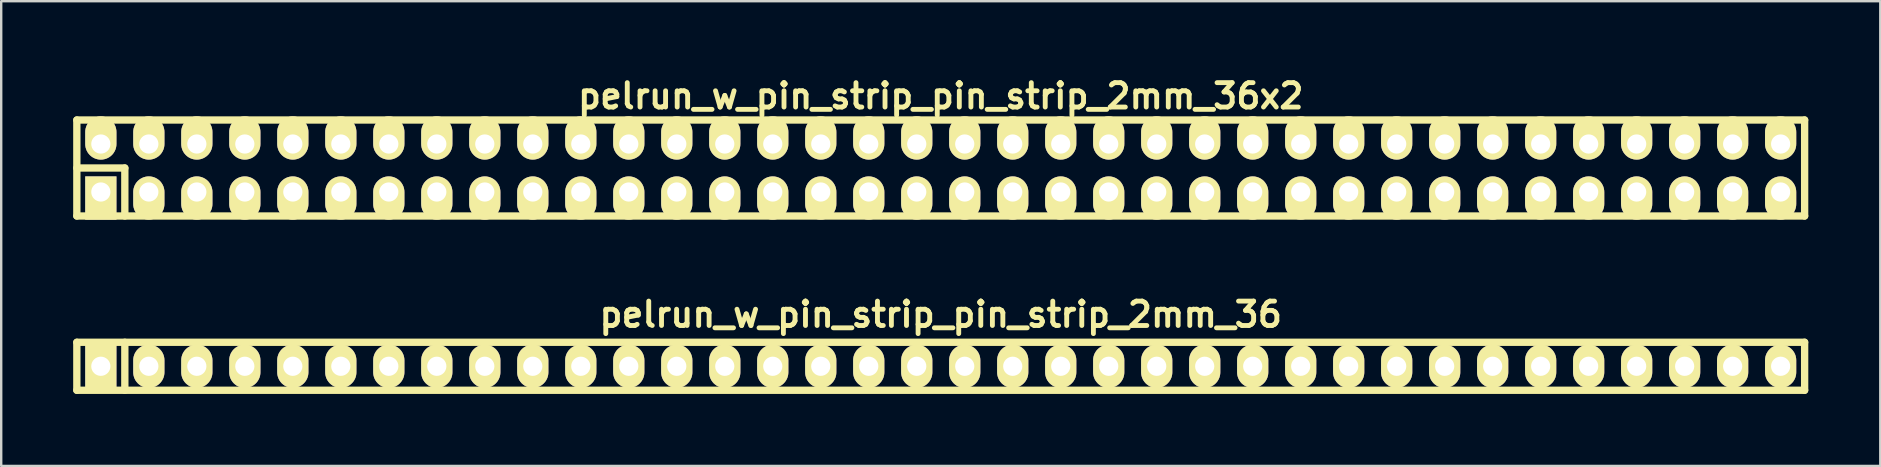
<source format=kicad_pcb>
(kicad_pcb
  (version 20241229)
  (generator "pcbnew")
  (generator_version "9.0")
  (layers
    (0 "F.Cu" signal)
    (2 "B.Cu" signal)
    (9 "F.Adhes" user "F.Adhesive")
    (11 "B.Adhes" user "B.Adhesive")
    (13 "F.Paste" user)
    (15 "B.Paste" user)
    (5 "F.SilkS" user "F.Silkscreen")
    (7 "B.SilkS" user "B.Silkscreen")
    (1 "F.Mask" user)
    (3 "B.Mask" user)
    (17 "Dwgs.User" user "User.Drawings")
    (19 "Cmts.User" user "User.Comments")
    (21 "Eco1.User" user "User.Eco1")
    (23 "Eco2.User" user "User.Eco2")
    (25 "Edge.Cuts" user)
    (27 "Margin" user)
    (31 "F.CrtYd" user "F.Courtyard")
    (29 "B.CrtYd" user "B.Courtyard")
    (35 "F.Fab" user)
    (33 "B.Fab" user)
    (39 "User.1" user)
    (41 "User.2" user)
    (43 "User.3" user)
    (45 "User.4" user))
  (footprint "pelrun_w_pin_strip_pin_strip_2mm_36"
    (layer "F.Cu")
    (at 36.152 12.213)
    (property "Reference" "pelrun_w_pin_strip_pin_strip_2mm_36" (at 0 -2.159 0) (layer "F.SilkS") (effects (font (size 1.016 1.016) (thickness 0.203))))
    (attr through_hole)
    (fp_line (start -36 -1) (end 36 -1) (stroke (width 0.305) (type solid)) (layer "F.SilkS"))
    (fp_line (start -36 1) (end -36 -1) (stroke (width 0.305) (type solid)) (layer "F.SilkS"))
    (fp_line (start -34 -1) (end -34 1) (stroke (width 0.305) (type solid)) (layer "F.SilkS"))
    (fp_line (start 36 -1) (end 36 1) (stroke (width 0.305) (type solid)) (layer "F.SilkS"))
    (fp_line (start 36 1) (end -36 1) (stroke (width 0.305) (type solid)) (layer "F.SilkS"))
    (pad "1" thru_hole rect (at -35 0) (size 1.3 1.8) (drill 0.8) (layers "*.Cu" "*.Mask" "F.SilkS"))
    (pad "2" thru_hole oval (at -33 0) (size 1.3 1.8) (drill 0.8) (layers "*.Cu" "*.Mask" "F.SilkS"))
    (pad "3" thru_hole oval (at -31 0) (size 1.3 1.8) (drill 0.8) (layers "*.Cu" "*.Mask" "F.SilkS"))
    (pad "4" thru_hole oval (at -29 0) (size 1.3 1.8) (drill 0.8) (layers "*.Cu" "*.Mask" "F.SilkS"))
    (pad "5" thru_hole oval (at -27 0) (size 1.3 1.8) (drill 0.8) (layers "*.Cu" "*.Mask" "F.SilkS"))
    (pad "6" thru_hole oval (at -25 0) (size 1.3 1.8) (drill 0.8) (layers "*.Cu" "*.Mask" "F.SilkS"))
    (pad "7" thru_hole oval (at -23 0) (size 1.3 1.8) (drill 0.8) (layers "*.Cu" "*.Mask" "F.SilkS"))
    (pad "8" thru_hole oval (at -21 0) (size 1.3 1.8) (drill 0.8) (layers "*.Cu" "*.Mask" "F.SilkS"))
    (pad "9" thru_hole oval (at -19 0) (size 1.3 1.8) (drill 0.8) (layers "*.Cu" "*.Mask" "F.SilkS"))
    (pad "10" thru_hole oval (at -17 0) (size 1.3 1.8) (drill 0.8) (layers "*.Cu" "*.Mask" "F.SilkS"))
    (pad "11" thru_hole oval (at -15 0) (size 1.3 1.8) (drill 0.8) (layers "*.Cu" "*.Mask" "F.SilkS"))
    (pad "12" thru_hole oval (at -13 0) (size 1.3 1.8) (drill 0.8) (layers "*.Cu" "*.Mask" "F.SilkS"))
    (pad "13" thru_hole oval (at -11 0) (size 1.3 1.8) (drill 0.8) (layers "*.Cu" "*.Mask" "F.SilkS"))
    (pad "14" thru_hole oval (at -9 0) (size 1.3 1.8) (drill 0.8) (layers "*.Cu" "*.Mask" "F.SilkS"))
    (pad "15" thru_hole oval (at -7 0) (size 1.3 1.8) (drill 0.8) (layers "*.Cu" "*.Mask" "F.SilkS"))
    (pad "16" thru_hole oval (at -5 0) (size 1.3 1.8) (drill 0.8) (layers "*.Cu" "*.Mask" "F.SilkS"))
    (pad "17" thru_hole oval (at -3 0) (size 1.3 1.8) (drill 0.8) (layers "*.Cu" "*.Mask" "F.SilkS"))
    (pad "18" thru_hole oval (at -1 0) (size 1.3 1.8) (drill 0.8) (layers "*.Cu" "*.Mask" "F.SilkS"))
    (pad "19" thru_hole oval (at 1 0) (size 1.3 1.8) (drill 0.8) (layers "*.Cu" "*.Mask" "F.SilkS"))
    (pad "20" thru_hole oval (at 3 0) (size 1.3 1.8) (drill 0.8) (layers "*.Cu" "*.Mask" "F.SilkS"))
    (pad "21" thru_hole oval (at 5 0) (size 1.3 1.8) (drill 0.8) (layers "*.Cu" "*.Mask" "F.SilkS"))
    (pad "22" thru_hole oval (at 7 0) (size 1.3 1.8) (drill 0.8) (layers "*.Cu" "*.Mask" "F.SilkS"))
    (pad "23" thru_hole oval (at 9 0) (size 1.3 1.8) (drill 0.8) (layers "*.Cu" "*.Mask" "F.SilkS"))
    (pad "24" thru_hole oval (at 11 0) (size 1.3 1.8) (drill 0.8) (layers "*.Cu" "*.Mask" "F.SilkS"))
    (pad "25" thru_hole oval (at 13 0) (size 1.3 1.8) (drill 0.8) (layers "*.Cu" "*.Mask" "F.SilkS"))
    (pad "26" thru_hole oval (at 15 0) (size 1.3 1.8) (drill 0.8) (layers "*.Cu" "*.Mask" "F.SilkS"))
    (pad "27" thru_hole oval (at 17 0) (size 1.3 1.8) (drill 0.8) (layers "*.Cu" "*.Mask" "F.SilkS"))
    (pad "28" thru_hole oval (at 19 0) (size 1.3 1.8) (drill 0.8) (layers "*.Cu" "*.Mask" "F.SilkS"))
    (pad "29" thru_hole oval (at 21 0) (size 1.3 1.8) (drill 0.8) (layers "*.Cu" "*.Mask" "F.SilkS"))
    (pad "30" thru_hole oval (at 23 0) (size 1.3 1.8) (drill 0.8) (layers "*.Cu" "*.Mask" "F.SilkS"))
    (pad "31" thru_hole oval (at 25 0) (size 1.3 1.8) (drill 0.8) (layers "*.Cu" "*.Mask" "F.SilkS"))
    (pad "32" thru_hole oval (at 27 0) (size 1.3 1.8) (drill 0.8) (layers "*.Cu" "*.Mask" "F.SilkS"))
    (pad "33" thru_hole oval (at 29 0) (size 1.3 1.8) (drill 0.8) (layers "*.Cu" "*.Mask" "F.SilkS"))
    (pad "34" thru_hole oval (at 31 0) (size 1.3 1.8) (drill 0.8) (layers "*.Cu" "*.Mask" "F.SilkS"))
    (pad "35" thru_hole oval (at 33 0) (size 1.3 1.8) (drill 0.8) (layers "*.Cu" "*.Mask" "F.SilkS"))
    (pad "36" thru_hole oval (at 35 0) (size 1.3 1.8) (drill 0.8) (layers "*.Cu" "*.Mask" "F.SilkS")))
  (footprint "pelrun_w_pin_strip_pin_strip_2mm_36x2"
    (layer "F.Cu")
    (at 36.152 3.951)
    (property "Reference" "pelrun_w_pin_strip_pin_strip_2mm_36x2" (at 0 -3 0) (layer "F.SilkS") (effects (font (size 1.016 1.016) (thickness 0.203))))
    (attr through_hole)
    (fp_line (start -36 -2) (end 36 -2) (stroke (width 0.305) (type solid)) (layer "F.SilkS"))
    (fp_line (start -36 0) (end -34 0) (stroke (width 0.305) (type solid)) (layer "F.SilkS"))
    (fp_line (start -36 2) (end -36 -2) (stroke (width 0.305) (type solid)) (layer "F.SilkS"))
    (fp_line (start -34 0) (end -34 2) (stroke (width 0.305) (type solid)) (layer "F.SilkS"))
    (fp_line (start 36 -2) (end 36 2) (stroke (width 0.305) (type solid)) (layer "F.SilkS"))
    (fp_line (start 36 2) (end -36 2) (stroke (width 0.305) (type solid)) (layer "F.SilkS"))
    (pad "1" thru_hole rect (at -35 1) (size 1.3 1.8) (drill 0.8 (offset 0 0.25)) (layers "*.Cu" "*.Mask" "F.SilkS"))
    (pad "2" thru_hole oval (at -35 -1) (size 1.3 1.8) (drill 0.8 (offset 0 -0.25)) (layers "*.Cu" "*.Mask" "F.SilkS"))
    (pad "3" thru_hole oval (at -33 1) (size 1.3 1.8) (drill 0.8 (offset 0 0.25)) (layers "*.Cu" "*.Mask" "F.SilkS"))
    (pad "4" thru_hole oval (at -33 -1) (size 1.3 1.8) (drill 0.8 (offset 0 -0.25)) (layers "*.Cu" "*.Mask" "F.SilkS"))
    (pad "5" thru_hole oval (at -31 1) (size 1.3 1.8) (drill 0.8 (offset 0 0.25)) (layers "*.Cu" "*.Mask" "F.SilkS"))
    (pad "6" thru_hole oval (at -31 -1) (size 1.3 1.8) (drill 0.8 (offset 0 -0.25)) (layers "*.Cu" "*.Mask" "F.SilkS"))
    (pad "7" thru_hole oval (at -29 1) (size 1.3 1.8) (drill 0.8 (offset 0 0.25)) (layers "*.Cu" "*.Mask" "F.SilkS"))
    (pad "8" thru_hole oval (at -29 -1) (size 1.3 1.8) (drill 0.8 (offset 0 -0.25)) (layers "*.Cu" "*.Mask" "F.SilkS"))
    (pad "9" thru_hole oval (at -27 1) (size 1.3 1.8) (drill 0.8 (offset 0 0.25)) (layers "*.Cu" "*.Mask" "F.SilkS"))
    (pad "10" thru_hole oval (at -27 -1) (size 1.3 1.8) (drill 0.8 (offset 0 -0.25)) (layers "*.Cu" "*.Mask" "F.SilkS"))
    (pad "11" thru_hole oval (at -25 1) (size 1.3 1.8) (drill 0.8 (offset 0 0.25)) (layers "*.Cu" "*.Mask" "F.SilkS"))
    (pad "12" thru_hole oval (at -25 -1) (size 1.3 1.8) (drill 0.8 (offset 0 -0.25)) (layers "*.Cu" "*.Mask" "F.SilkS"))
    (pad "13" thru_hole oval (at -23 1) (size 1.3 1.8) (drill 0.8 (offset 0 0.25)) (layers "*.Cu" "*.Mask" "F.SilkS"))
    (pad "14" thru_hole oval (at -23 -1) (size 1.3 1.8) (drill 0.8 (offset 0 -0.25)) (layers "*.Cu" "*.Mask" "F.SilkS"))
    (pad "15" thru_hole oval (at -21 1) (size 1.3 1.8) (drill 0.8 (offset 0 0.25)) (layers "*.Cu" "*.Mask" "F.SilkS"))
    (pad "16" thru_hole oval (at -21 -1) (size 1.3 1.8) (drill 0.8 (offset 0 -0.25)) (layers "*.Cu" "*.Mask" "F.SilkS"))
    (pad "17" thru_hole oval (at -19 1) (size 1.3 1.8) (drill 0.8 (offset 0 0.25)) (layers "*.Cu" "*.Mask" "F.SilkS"))
    (pad "18" thru_hole oval (at -19 -1) (size 1.3 1.8) (drill 0.8 (offset 0 -0.25)) (layers "*.Cu" "*.Mask" "F.SilkS"))
    (pad "19" thru_hole oval (at -17 1) (size 1.3 1.8) (drill 0.8 (offset 0 0.25)) (layers "*.Cu" "*.Mask" "F.SilkS"))
    (pad "20" thru_hole oval (at -17 -1) (size 1.3 1.8) (drill 0.8 (offset 0 -0.25)) (layers "*.Cu" "*.Mask" "F.SilkS"))
    (pad "21" thru_hole oval (at -15 1) (size 1.3 1.8) (drill 0.8 (offset 0 0.25)) (layers "*.Cu" "*.Mask" "F.SilkS"))
    (pad "22" thru_hole oval (at -15 -1) (size 1.3 1.8) (drill 0.8 (offset 0 -0.25)) (layers "*.Cu" "*.Mask" "F.SilkS"))
    (pad "23" thru_hole oval (at -13 1) (size 1.3 1.8) (drill 0.8 (offset 0 0.25)) (layers "*.Cu" "*.Mask" "F.SilkS"))
    (pad "24" thru_hole oval (at -13 -1) (size 1.3 1.8) (drill 0.8 (offset 0 -0.25)) (layers "*.Cu" "*.Mask" "F.SilkS"))
    (pad "25" thru_hole oval (at -11 1) (size 1.3 1.8) (drill 0.8 (offset 0 0.25)) (layers "*.Cu" "*.Mask" "F.SilkS"))
    (pad "26" thru_hole oval (at -11 -1) (size 1.3 1.8) (drill 0.8 (offset 0 -0.25)) (layers "*.Cu" "*.Mask" "F.SilkS"))
    (pad "27" thru_hole oval (at -9 1) (size 1.3 1.8) (drill 0.8 (offset 0 0.25)) (layers "*.Cu" "*.Mask" "F.SilkS"))
    (pad "28" thru_hole oval (at -9 -1) (size 1.3 1.8) (drill 0.8 (offset 0 -0.25)) (layers "*.Cu" "*.Mask" "F.SilkS"))
    (pad "29" thru_hole oval (at -7 1) (size 1.3 1.8) (drill 0.8 (offset 0 0.25)) (layers "*.Cu" "*.Mask" "F.SilkS"))
    (pad "30" thru_hole oval (at -7 -1) (size 1.3 1.8) (drill 0.8 (offset 0 -0.25)) (layers "*.Cu" "*.Mask" "F.SilkS"))
    (pad "31" thru_hole oval (at -5 1) (size 1.3 1.8) (drill 0.8 (offset 0 0.25)) (layers "*.Cu" "*.Mask" "F.SilkS"))
    (pad "32" thru_hole oval (at -5 -1) (size 1.3 1.8) (drill 0.8 (offset 0 -0.25)) (layers "*.Cu" "*.Mask" "F.SilkS"))
    (pad "33" thru_hole oval (at -3 1) (size 1.3 1.8) (drill 0.8 (offset 0 0.25)) (layers "*.Cu" "*.Mask" "F.SilkS"))
    (pad "34" thru_hole oval (at -3 -1) (size 1.3 1.8) (drill 0.8 (offset 0 -0.25)) (layers "*.Cu" "*.Mask" "F.SilkS"))
    (pad "35" thru_hole oval (at -1 1) (size 1.3 1.8) (drill 0.8 (offset 0 0.25)) (layers "*.Cu" "*.Mask" "F.SilkS"))
    (pad "36" thru_hole oval (at -1 -1) (size 1.3 1.8) (drill 0.8 (offset 0 -0.25)) (layers "*.Cu" "*.Mask" "F.SilkS"))
    (pad "37" thru_hole oval (at 1 1) (size 1.3 1.8) (drill 0.8 (offset 0 0.25)) (layers "*.Cu" "*.Mask" "F.SilkS"))
    (pad "38" thru_hole oval (at 1 -1) (size 1.3 1.8) (drill 0.8 (offset 0 -0.25)) (layers "*.Cu" "*.Mask" "F.SilkS"))
    (pad "39" thru_hole oval (at 3 1) (size 1.3 1.8) (drill 0.8 (offset 0 0.25)) (layers "*.Cu" "*.Mask" "F.SilkS"))
    (pad "40" thru_hole oval (at 3 -1) (size 1.3 1.8) (drill 0.8 (offset 0 -0.25)) (layers "*.Cu" "*.Mask" "F.SilkS"))
    (pad "41" thru_hole oval (at 5 1) (size 1.3 1.8) (drill 0.8 (offset 0 0.25)) (layers "*.Cu" "*.Mask" "F.SilkS"))
    (pad "42" thru_hole oval (at 5 -1) (size 1.3 1.8) (drill 0.8 (offset 0 -0.25)) (layers "*.Cu" "*.Mask" "F.SilkS"))
    (pad "43" thru_hole oval (at 7 1) (size 1.3 1.8) (drill 0.8 (offset 0 0.25)) (layers "*.Cu" "*.Mask" "F.SilkS"))
    (pad "44" thru_hole oval (at 7 -1) (size 1.3 1.8) (drill 0.8 (offset 0 -0.25)) (layers "*.Cu" "*.Mask" "F.SilkS"))
    (pad "45" thru_hole oval (at 9 1) (size 1.3 1.8) (drill 0.8 (offset 0 0.25)) (layers "*.Cu" "*.Mask" "F.SilkS"))
    (pad "46" thru_hole oval (at 9 -1) (size 1.3 1.8) (drill 0.8 (offset 0 -0.25)) (layers "*.Cu" "*.Mask" "F.SilkS"))
    (pad "47" thru_hole oval (at 11 1) (size 1.3 1.8) (drill 0.8 (offset 0 0.25)) (layers "*.Cu" "*.Mask" "F.SilkS"))
    (pad "48" thru_hole oval (at 11 -1) (size 1.3 1.8) (drill 0.8 (offset 0 -0.25)) (layers "*.Cu" "*.Mask" "F.SilkS"))
    (pad "49" thru_hole oval (at 13 1) (size 1.3 1.8) (drill 0.8 (offset 0 0.25)) (layers "*.Cu" "*.Mask" "F.SilkS"))
    (pad "50" thru_hole oval (at 13 -1) (size 1.3 1.8) (drill 0.8 (offset 0 -0.25)) (layers "*.Cu" "*.Mask" "F.SilkS"))
    (pad "51" thru_hole oval (at 15 1) (size 1.3 1.8) (drill 0.8 (offset 0 0.25)) (layers "*.Cu" "*.Mask" "F.SilkS"))
    (pad "52" thru_hole oval (at 15 -1) (size 1.3 1.8) (drill 0.8 (offset 0 -0.25)) (layers "*.Cu" "*.Mask" "F.SilkS"))
    (pad "53" thru_hole oval (at 17 1) (size 1.3 1.8) (drill 0.8 (offset 0 0.25)) (layers "*.Cu" "*.Mask" "F.SilkS"))
    (pad "54" thru_hole oval (at 17 -1) (size 1.3 1.8) (drill 0.8 (offset 0 -0.25)) (layers "*.Cu" "*.Mask" "F.SilkS"))
    (pad "55" thru_hole oval (at 19 1) (size 1.3 1.8) (drill 0.8 (offset 0 0.25)) (layers "*.Cu" "*.Mask" "F.SilkS"))
    (pad "56" thru_hole oval (at 19 -1) (size 1.3 1.8) (drill 0.8 (offset 0 -0.25)) (layers "*.Cu" "*.Mask" "F.SilkS"))
    (pad "57" thru_hole oval (at 21 1) (size 1.3 1.8) (drill 0.8 (offset 0 0.25)) (layers "*.Cu" "*.Mask" "F.SilkS"))
    (pad "58" thru_hole oval (at 21 -1) (size 1.3 1.8) (drill 0.8 (offset 0 -0.25)) (layers "*.Cu" "*.Mask" "F.SilkS"))
    (pad "59" thru_hole oval (at 23 1) (size 1.3 1.8) (drill 0.8 (offset 0 0.25)) (layers "*.Cu" "*.Mask" "F.SilkS"))
    (pad "60" thru_hole oval (at 23 -1) (size 1.3 1.8) (drill 0.8 (offset 0 -0.25)) (layers "*.Cu" "*.Mask" "F.SilkS"))
    (pad "61" thru_hole oval (at 25 1) (size 1.3 1.8) (drill 0.8 (offset 0 0.25)) (layers "*.Cu" "*.Mask" "F.SilkS"))
    (pad "62" thru_hole oval (at 25 -1) (size 1.3 1.8) (drill 0.8 (offset 0 -0.25)) (layers "*.Cu" "*.Mask" "F.SilkS"))
    (pad "63" thru_hole oval (at 27 1) (size 1.3 1.8) (drill 0.8 (offset 0 0.25)) (layers "*.Cu" "*.Mask" "F.SilkS"))
    (pad "64" thru_hole oval (at 27 -1) (size 1.3 1.8) (drill 0.8 (offset 0 -0.25)) (layers "*.Cu" "*.Mask" "F.SilkS"))
    (pad "65" thru_hole oval (at 29 1) (size 1.3 1.8) (drill 0.8 (offset 0 0.25)) (layers "*.Cu" "*.Mask" "F.SilkS"))
    (pad "66" thru_hole oval (at 29 -1) (size 1.3 1.8) (drill 0.8 (offset 0 -0.25)) (layers "*.Cu" "*.Mask" "F.SilkS"))
    (pad "67" thru_hole oval (at 31 1) (size 1.3 1.8) (drill 0.8 (offset 0 0.25)) (layers "*.Cu" "*.Mask" "F.SilkS"))
    (pad "68" thru_hole oval (at 31 -1) (size 1.3 1.8) (drill 0.8 (offset 0 -0.25)) (layers "*.Cu" "*.Mask" "F.SilkS"))
    (pad "69" thru_hole oval (at 33 1) (size 1.3 1.8) (drill 0.8 (offset 0 0.25)) (layers "*.Cu" "*.Mask" "F.SilkS"))
    (pad "70" thru_hole oval (at 33 -1) (size 1.3 1.8) (drill 0.8 (offset 0 -0.25)) (layers "*.Cu" "*.Mask" "F.SilkS"))
    (pad "71" thru_hole oval (at 35 1) (size 1.3 1.8) (drill 0.8 (offset 0 0.25)) (layers "*.Cu" "*.Mask" "F.SilkS"))
    (pad "72" thru_hole oval (at 35 -1) (size 1.3 1.8) (drill 0.8 (offset 0 -0.25)) (layers "*.Cu" "*.Mask" "F.SilkS")))
  (gr_rect
    (start -3 -3)
    (end 75.305 16.366)
    (stroke (width 0.1) (type default))
    (fill no)
    (layer "Edge.Cuts")))
</source>
